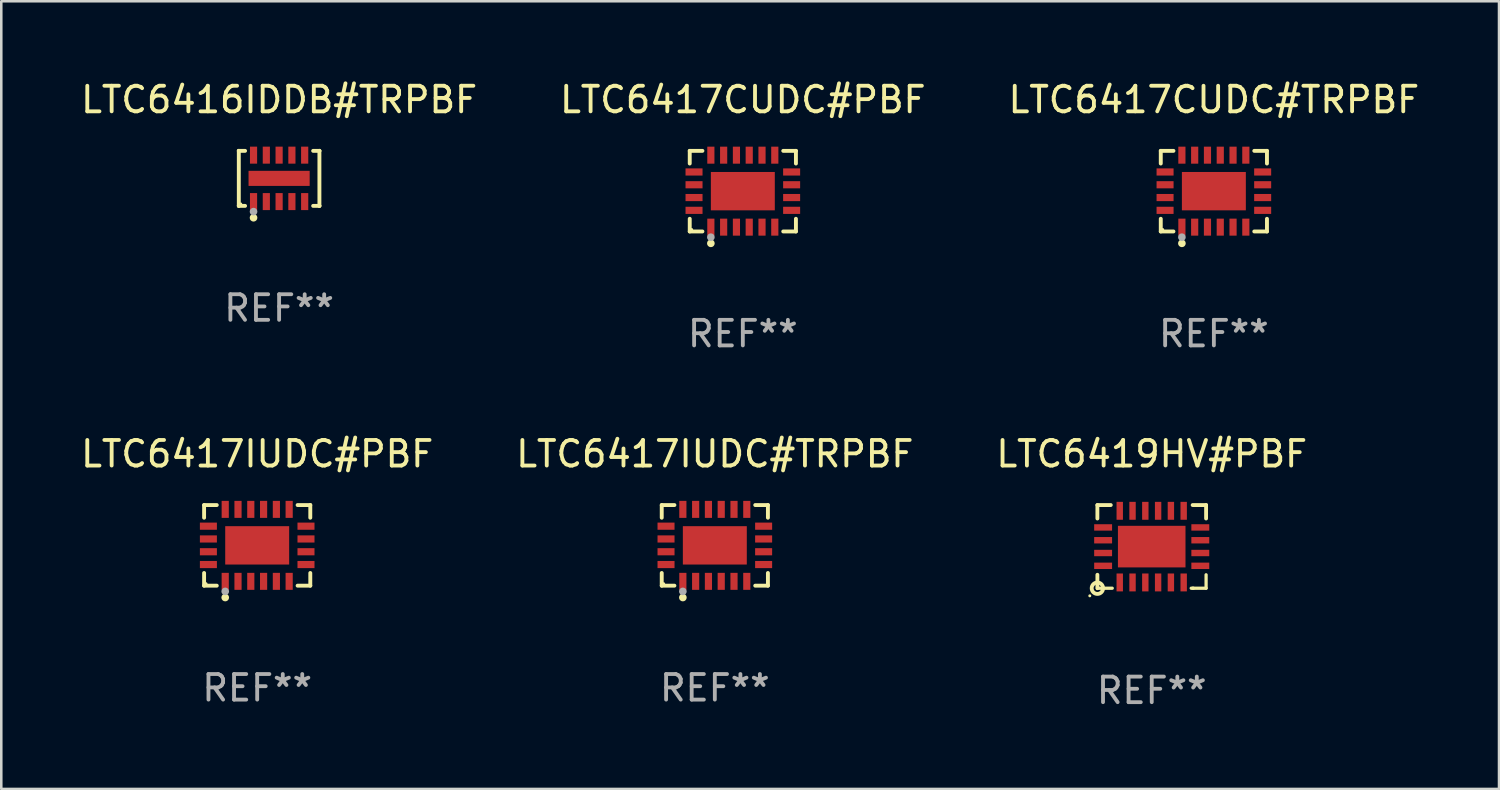
<source format=kicad_pcb>
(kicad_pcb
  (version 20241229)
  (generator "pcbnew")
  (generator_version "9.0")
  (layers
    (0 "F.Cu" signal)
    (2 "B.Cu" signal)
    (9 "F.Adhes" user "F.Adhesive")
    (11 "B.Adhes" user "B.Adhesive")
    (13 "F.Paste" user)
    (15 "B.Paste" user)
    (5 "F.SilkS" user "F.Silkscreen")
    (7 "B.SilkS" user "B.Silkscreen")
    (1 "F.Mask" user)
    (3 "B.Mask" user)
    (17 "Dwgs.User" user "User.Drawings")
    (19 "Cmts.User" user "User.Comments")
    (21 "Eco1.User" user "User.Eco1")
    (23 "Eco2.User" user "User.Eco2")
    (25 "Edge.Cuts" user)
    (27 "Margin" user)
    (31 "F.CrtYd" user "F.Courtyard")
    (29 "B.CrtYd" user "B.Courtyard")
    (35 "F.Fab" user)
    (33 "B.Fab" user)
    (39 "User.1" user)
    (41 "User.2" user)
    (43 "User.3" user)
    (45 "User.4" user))
  (footprint "LTC6417CUDC#PBF"
    (layer "F.Cu")
    (at 25.994 4.424)
    (property "Reference" "LTC6417CUDC#PBF" (at 0 -3.576 0) (layer "F.SilkS") (effects (font (size 1 1) (thickness 0.15))))
    (attr through_hole)
    (fp_line (start -2.076 -1.576) (end -1.58 -1.576) (stroke (width 0.152) (type solid)) (layer "F.SilkS"))
    (fp_line (start -2.076 -1.08) (end -2.076 -1.576) (stroke (width 0.152) (type solid)) (layer "F.SilkS"))
    (fp_line (start -2.076 1.08) (end -2.076 1.576) (stroke (width 0.152) (type solid)) (layer "F.SilkS"))
    (fp_line (start -2.076 1.576) (end -1.58 1.576) (stroke (width 0.152) (type solid)) (layer "F.SilkS"))
    (fp_line (start 2.076 -1.576) (end 1.58 -1.576) (stroke (width 0.152) (type solid)) (layer "F.SilkS"))
    (fp_line (start 2.076 -1.08) (end 2.076 -1.576) (stroke (width 0.152) (type solid)) (layer "F.SilkS"))
    (fp_line (start 2.076 1.08) (end 2.076 1.576) (stroke (width 0.152) (type solid)) (layer "F.SilkS"))
    (fp_line (start 2.076 1.576) (end 1.58 1.576) (stroke (width 0.152) (type solid)) (layer "F.SilkS"))
    (fp_circle (center -2 1.5) (end -1.97 1.5) (stroke (width 0.06) (type solid)) (fill no) (layer "F.SilkS"))
    (fp_circle (center -1.25 2.04) (end -1.175 2.04) (stroke (width 0.15) (type solid)) (fill no) (layer "F.SilkS"))
    (fp_circle (center -1.25 1.8) (end -1.175 1.8) (stroke (width 0.15) (type solid)) (fill no) (layer "F.Fab"))
    (fp_text user "REF**" (at 0 5.576 0) (layer "F.Fab") (effects (font (size 1 1) (thickness 0.15))))
    (pad "1" smd rect (at -1.25 1.407) (size 0.28 0.665) (layers "F.Cu" "F.Mask" "F.Paste"))
    (pad "2" smd rect (at -0.75 1.407) (size 0.28 0.665) (layers "F.Cu" "F.Mask" "F.Paste"))
    (pad "3" smd rect (at -0.25 1.407) (size 0.28 0.665) (layers "F.Cu" "F.Mask" "F.Paste"))
    (pad "4" smd rect (at 0.25 1.407) (size 0.28 0.665) (layers "F.Cu" "F.Mask" "F.Paste"))
    (pad "5" smd rect (at 0.75 1.407) (size 0.28 0.665) (layers "F.Cu" "F.Mask" "F.Paste"))
    (pad "6" smd rect (at 1.25 1.407) (size 0.28 0.665) (layers "F.Cu" "F.Mask" "F.Paste"))
    (pad "7" smd rect (at 1.908 0.75) (size 0.665 0.28) (layers "F.Cu" "F.Mask" "F.Paste"))
    (pad "8" smd rect (at 1.908 0.25) (size 0.665 0.28) (layers "F.Cu" "F.Mask" "F.Paste"))
    (pad "9" smd rect (at 1.908 -0.25) (size 0.665 0.28) (layers "F.Cu" "F.Mask" "F.Paste"))
    (pad "10" smd rect (at 1.908 -0.75) (size 0.665 0.28) (layers "F.Cu" "F.Mask" "F.Paste"))
    (pad "11" smd rect (at 1.25 -1.407) (size 0.28 0.665) (layers "F.Cu" "F.Mask" "F.Paste"))
    (pad "12" smd rect (at 0.75 -1.407) (size 0.28 0.665) (layers "F.Cu" "F.Mask" "F.Paste"))
    (pad "13" smd rect (at 0.25 -1.407) (size 0.28 0.665) (layers "F.Cu" "F.Mask" "F.Paste"))
    (pad "14" smd rect (at -0.25 -1.407) (size 0.28 0.665) (layers "F.Cu" "F.Mask" "F.Paste"))
    (pad "15" smd rect (at -0.75 -1.407) (size 0.28 0.665) (layers "F.Cu" "F.Mask" "F.Paste"))
    (pad "16" smd rect (at -1.25 -1.407) (size 0.28 0.665) (layers "F.Cu" "F.Mask" "F.Paste"))
    (pad "17" smd rect (at -1.908 -0.75) (size 0.665 0.28) (layers "F.Cu" "F.Mask" "F.Paste"))
    (pad "18" smd rect (at -1.908 -0.25) (size 0.665 0.28) (layers "F.Cu" "F.Mask" "F.Paste"))
    (pad "19" smd rect (at -1.908 0.25) (size 0.665 0.28) (layers "F.Cu" "F.Mask" "F.Paste"))
    (pad "20" smd rect (at -1.908 0.75) (size 0.665 0.28) (layers "F.Cu" "F.Mask" "F.Paste"))
    (pad "21" smd rect (at 0 0) (size 2.5 1.5) (layers "F.Cu" "F.Mask" "F.Paste")))
  (footprint "LTC6416IDDB#TRPBF"
    (layer "F.Cu")
    (at 7.863 3.924)
    (property "Reference" "LTC6416IDDB#TRPBF" (at 0 -3.076 0) (layer "F.SilkS") (effects (font (size 1 1) (thickness 0.15))))
    (attr through_hole)
    (fp_line (start -1.576 -1.076) (end -1.576 -1.076) (stroke (width 0.152) (type solid)) (layer "F.SilkS"))
    (fp_line (start -1.576 -1.076) (end -1.331 -1.076) (stroke (width 0.152) (type solid)) (layer "F.SilkS"))
    (fp_line (start -1.576 1.076) (end -1.576 -1.076) (stroke (width 0.152) (type solid)) (layer "F.SilkS"))
    (fp_line (start -1.576 1.076) (end -1.576 1.076) (stroke (width 0.152) (type solid)) (layer "F.SilkS"))
    (fp_line (start -1.331 1.076) (end -1.576 1.076) (stroke (width 0.152) (type solid)) (layer "F.SilkS"))
    (fp_line (start 1.331 1.076) (end 1.576 1.076) (stroke (width 0.152) (type solid)) (layer "F.SilkS"))
    (fp_line (start 1.576 -1.076) (end 1.331 -1.076) (stroke (width 0.152) (type solid)) (layer "F.SilkS"))
    (fp_line (start 1.576 -1.076) (end 1.576 -1.076) (stroke (width 0.152) (type solid)) (layer "F.SilkS"))
    (fp_line (start 1.576 1.076) (end 1.576 -1.076) (stroke (width 0.152) (type solid)) (layer "F.SilkS"))
    (fp_line (start 1.576 1.076) (end 1.576 1.076) (stroke (width 0.152) (type solid)) (layer "F.SilkS"))
    (fp_circle (center -1.5 1) (end -1.47 1) (stroke (width 0.06) (type solid)) (fill no) (layer "F.SilkS"))
    (fp_circle (center -1 1.54) (end -0.925 1.54) (stroke (width 0.15) (type solid)) (fill no) (layer "F.SilkS"))
    (fp_circle (center -1 1.3) (end -0.925 1.3) (stroke (width 0.15) (type solid)) (fill no) (layer "F.Fab"))
    (fp_text user "REF**" (at 0 5.076 0) (layer "F.Fab") (effects (font (size 1 1) (thickness 0.15))))
    (pad "1" smd rect (at -1 0.908) (size 0.28 0.665) (layers "F.Cu" "F.Mask" "F.Paste"))
    (pad "2" smd rect (at -0.5 0.908) (size 0.28 0.665) (layers "F.Cu" "F.Mask" "F.Paste"))
    (pad "3" smd rect (at 0 0.908) (size 0.28 0.665) (layers "F.Cu" "F.Mask" "F.Paste"))
    (pad "4" smd rect (at 0.5 0.908) (size 0.28 0.665) (layers "F.Cu" "F.Mask" "F.Paste"))
    (pad "5" smd rect (at 1 0.908) (size 0.28 0.665) (layers "F.Cu" "F.Mask" "F.Paste"))
    (pad "6" smd rect (at 1 -0.908) (size 0.28 0.665) (layers "F.Cu" "F.Mask" "F.Paste"))
    (pad "7" smd rect (at 0.5 -0.908) (size 0.28 0.665) (layers "F.Cu" "F.Mask" "F.Paste"))
    (pad "8" smd rect (at 0 -0.908) (size 0.28 0.665) (layers "F.Cu" "F.Mask" "F.Paste"))
    (pad "9" smd rect (at -0.5 -0.908) (size 0.28 0.665) (layers "F.Cu" "F.Mask" "F.Paste"))
    (pad "10" smd rect (at -1 -0.908) (size 0.28 0.665) (layers "F.Cu" "F.Mask" "F.Paste"))
    (pad "11" smd rect (at 0 0) (size 2.39 0.59) (layers "F.Cu" "F.Mask" "F.Paste")))
  (footprint "LTC6417CUDC#TRPBF"
    (layer "F.Cu")
    (at 44.411 4.424)
    (property "Reference" "LTC6417CUDC#TRPBF" (at 0 -3.576 0) (layer "F.SilkS") (effects (font (size 1 1) (thickness 0.15))))
    (attr through_hole)
    (fp_line (start -2.076 -1.576) (end -1.58 -1.576) (stroke (width 0.152) (type solid)) (layer "F.SilkS"))
    (fp_line (start -2.076 -1.08) (end -2.076 -1.576) (stroke (width 0.152) (type solid)) (layer "F.SilkS"))
    (fp_line (start -2.076 1.08) (end -2.076 1.576) (stroke (width 0.152) (type solid)) (layer "F.SilkS"))
    (fp_line (start -2.076 1.576) (end -1.58 1.576) (stroke (width 0.152) (type solid)) (layer "F.SilkS"))
    (fp_line (start 2.076 -1.576) (end 1.58 -1.576) (stroke (width 0.152) (type solid)) (layer "F.SilkS"))
    (fp_line (start 2.076 -1.08) (end 2.076 -1.576) (stroke (width 0.152) (type solid)) (layer "F.SilkS"))
    (fp_line (start 2.076 1.08) (end 2.076 1.576) (stroke (width 0.152) (type solid)) (layer "F.SilkS"))
    (fp_line (start 2.076 1.576) (end 1.58 1.576) (stroke (width 0.152) (type solid)) (layer "F.SilkS"))
    (fp_circle (center -2 1.5) (end -1.97 1.5) (stroke (width 0.06) (type solid)) (fill no) (layer "F.SilkS"))
    (fp_circle (center -1.25 2.04) (end -1.175 2.04) (stroke (width 0.15) (type solid)) (fill no) (layer "F.SilkS"))
    (fp_circle (center -1.25 1.8) (end -1.175 1.8) (stroke (width 0.15) (type solid)) (fill no) (layer "F.Fab"))
    (fp_text user "REF**" (at 0 5.576 0) (layer "F.Fab") (effects (font (size 1 1) (thickness 0.15))))
    (pad "1" smd rect (at -1.25 1.407) (size 0.28 0.665) (layers "F.Cu" "F.Mask" "F.Paste"))
    (pad "2" smd rect (at -0.75 1.407) (size 0.28 0.665) (layers "F.Cu" "F.Mask" "F.Paste"))
    (pad "3" smd rect (at -0.25 1.407) (size 0.28 0.665) (layers "F.Cu" "F.Mask" "F.Paste"))
    (pad "4" smd rect (at 0.25 1.407) (size 0.28 0.665) (layers "F.Cu" "F.Mask" "F.Paste"))
    (pad "5" smd rect (at 0.75 1.407) (size 0.28 0.665) (layers "F.Cu" "F.Mask" "F.Paste"))
    (pad "6" smd rect (at 1.25 1.407) (size 0.28 0.665) (layers "F.Cu" "F.Mask" "F.Paste"))
    (pad "7" smd rect (at 1.908 0.75) (size 0.665 0.28) (layers "F.Cu" "F.Mask" "F.Paste"))
    (pad "8" smd rect (at 1.908 0.25) (size 0.665 0.28) (layers "F.Cu" "F.Mask" "F.Paste"))
    (pad "9" smd rect (at 1.908 -0.25) (size 0.665 0.28) (layers "F.Cu" "F.Mask" "F.Paste"))
    (pad "10" smd rect (at 1.908 -0.75) (size 0.665 0.28) (layers "F.Cu" "F.Mask" "F.Paste"))
    (pad "11" smd rect (at 1.25 -1.407) (size 0.28 0.665) (layers "F.Cu" "F.Mask" "F.Paste"))
    (pad "12" smd rect (at 0.75 -1.407) (size 0.28 0.665) (layers "F.Cu" "F.Mask" "F.Paste"))
    (pad "13" smd rect (at 0.25 -1.407) (size 0.28 0.665) (layers "F.Cu" "F.Mask" "F.Paste"))
    (pad "14" smd rect (at -0.25 -1.407) (size 0.28 0.665) (layers "F.Cu" "F.Mask" "F.Paste"))
    (pad "15" smd rect (at -0.75 -1.407) (size 0.28 0.665) (layers "F.Cu" "F.Mask" "F.Paste"))
    (pad "16" smd rect (at -1.25 -1.407) (size 0.28 0.665) (layers "F.Cu" "F.Mask" "F.Paste"))
    (pad "17" smd rect (at -1.908 -0.75) (size 0.665 0.28) (layers "F.Cu" "F.Mask" "F.Paste"))
    (pad "18" smd rect (at -1.908 -0.25) (size 0.665 0.28) (layers "F.Cu" "F.Mask" "F.Paste"))
    (pad "19" smd rect (at -1.908 0.25) (size 0.665 0.28) (layers "F.Cu" "F.Mask" "F.Paste"))
    (pad "20" smd rect (at -1.908 0.75) (size 0.665 0.28) (layers "F.Cu" "F.Mask" "F.Paste"))
    (pad "21" smd rect (at 0 0) (size 2.5 1.5) (layers "F.Cu" "F.Mask" "F.Paste")))
  (footprint "LTC6417IUDC#PBF"
    (layer "F.Cu")
    (at 7.006 18.273)
    (property "Reference" "LTC6417IUDC#PBF" (at 0 -3.576 0) (layer "F.SilkS") (effects (font (size 1 1) (thickness 0.15))))
    (attr through_hole)
    (fp_line (start -2.076 -1.576) (end -1.58 -1.576) (stroke (width 0.152) (type solid)) (layer "F.SilkS"))
    (fp_line (start -2.076 -1.08) (end -2.076 -1.576) (stroke (width 0.152) (type solid)) (layer "F.SilkS"))
    (fp_line (start -2.076 1.08) (end -2.076 1.576) (stroke (width 0.152) (type solid)) (layer "F.SilkS"))
    (fp_line (start -2.076 1.576) (end -1.58 1.576) (stroke (width 0.152) (type solid)) (layer "F.SilkS"))
    (fp_line (start 2.076 -1.576) (end 1.58 -1.576) (stroke (width 0.152) (type solid)) (layer "F.SilkS"))
    (fp_line (start 2.076 -1.08) (end 2.076 -1.576) (stroke (width 0.152) (type solid)) (layer "F.SilkS"))
    (fp_line (start 2.076 1.08) (end 2.076 1.576) (stroke (width 0.152) (type solid)) (layer "F.SilkS"))
    (fp_line (start 2.076 1.576) (end 1.58 1.576) (stroke (width 0.152) (type solid)) (layer "F.SilkS"))
    (fp_circle (center -2 1.5) (end -1.97 1.5) (stroke (width 0.06) (type solid)) (fill no) (layer "F.SilkS"))
    (fp_circle (center -1.25 2.04) (end -1.175 2.04) (stroke (width 0.15) (type solid)) (fill no) (layer "F.SilkS"))
    (fp_circle (center -1.25 1.8) (end -1.175 1.8) (stroke (width 0.15) (type solid)) (fill no) (layer "F.Fab"))
    (fp_text user "REF**" (at 0 5.576 0) (layer "F.Fab") (effects (font (size 1 1) (thickness 0.15))))
    (pad "1" smd rect (at -1.25 1.407) (size 0.28 0.665) (layers "F.Cu" "F.Mask" "F.Paste"))
    (pad "2" smd rect (at -0.75 1.407) (size 0.28 0.665) (layers "F.Cu" "F.Mask" "F.Paste"))
    (pad "3" smd rect (at -0.25 1.407) (size 0.28 0.665) (layers "F.Cu" "F.Mask" "F.Paste"))
    (pad "4" smd rect (at 0.25 1.407) (size 0.28 0.665) (layers "F.Cu" "F.Mask" "F.Paste"))
    (pad "5" smd rect (at 0.75 1.407) (size 0.28 0.665) (layers "F.Cu" "F.Mask" "F.Paste"))
    (pad "6" smd rect (at 1.25 1.407) (size 0.28 0.665) (layers "F.Cu" "F.Mask" "F.Paste"))
    (pad "7" smd rect (at 1.908 0.75) (size 0.665 0.28) (layers "F.Cu" "F.Mask" "F.Paste"))
    (pad "8" smd rect (at 1.908 0.25) (size 0.665 0.28) (layers "F.Cu" "F.Mask" "F.Paste"))
    (pad "9" smd rect (at 1.908 -0.25) (size 0.665 0.28) (layers "F.Cu" "F.Mask" "F.Paste"))
    (pad "10" smd rect (at 1.908 -0.75) (size 0.665 0.28) (layers "F.Cu" "F.Mask" "F.Paste"))
    (pad "11" smd rect (at 1.25 -1.407) (size 0.28 0.665) (layers "F.Cu" "F.Mask" "F.Paste"))
    (pad "12" smd rect (at 0.75 -1.407) (size 0.28 0.665) (layers "F.Cu" "F.Mask" "F.Paste"))
    (pad "13" smd rect (at 0.25 -1.407) (size 0.28 0.665) (layers "F.Cu" "F.Mask" "F.Paste"))
    (pad "14" smd rect (at -0.25 -1.407) (size 0.28 0.665) (layers "F.Cu" "F.Mask" "F.Paste"))
    (pad "15" smd rect (at -0.75 -1.407) (size 0.28 0.665) (layers "F.Cu" "F.Mask" "F.Paste"))
    (pad "16" smd rect (at -1.25 -1.407) (size 0.28 0.665) (layers "F.Cu" "F.Mask" "F.Paste"))
    (pad "17" smd rect (at -1.908 -0.75) (size 0.665 0.28) (layers "F.Cu" "F.Mask" "F.Paste"))
    (pad "18" smd rect (at -1.908 -0.25) (size 0.665 0.28) (layers "F.Cu" "F.Mask" "F.Paste"))
    (pad "19" smd rect (at -1.908 0.25) (size 0.665 0.28) (layers "F.Cu" "F.Mask" "F.Paste"))
    (pad "20" smd rect (at -1.908 0.75) (size 0.665 0.28) (layers "F.Cu" "F.Mask" "F.Paste"))
    (pad "21" smd rect (at 0 0) (size 2.5 1.5) (layers "F.Cu" "F.Mask" "F.Paste")))
  (footprint "LTC6417IUDC#TRPBF"
    (layer "F.Cu")
    (at 24.899 18.273)
    (property "Reference" "LTC6417IUDC#TRPBF" (at 0 -3.576 0) (layer "F.SilkS") (effects (font (size 1 1) (thickness 0.15))))
    (attr through_hole)
    (fp_line (start -2.076 -1.576) (end -1.58 -1.576) (stroke (width 0.152) (type solid)) (layer "F.SilkS"))
    (fp_line (start -2.076 -1.08) (end -2.076 -1.576) (stroke (width 0.152) (type solid)) (layer "F.SilkS"))
    (fp_line (start -2.076 1.08) (end -2.076 1.576) (stroke (width 0.152) (type solid)) (layer "F.SilkS"))
    (fp_line (start -2.076 1.576) (end -1.58 1.576) (stroke (width 0.152) (type solid)) (layer "F.SilkS"))
    (fp_line (start 2.076 -1.576) (end 1.58 -1.576) (stroke (width 0.152) (type solid)) (layer "F.SilkS"))
    (fp_line (start 2.076 -1.08) (end 2.076 -1.576) (stroke (width 0.152) (type solid)) (layer "F.SilkS"))
    (fp_line (start 2.076 1.08) (end 2.076 1.576) (stroke (width 0.152) (type solid)) (layer "F.SilkS"))
    (fp_line (start 2.076 1.576) (end 1.58 1.576) (stroke (width 0.152) (type solid)) (layer "F.SilkS"))
    (fp_circle (center -2 1.5) (end -1.97 1.5) (stroke (width 0.06) (type solid)) (fill no) (layer "F.SilkS"))
    (fp_circle (center -1.25 2.04) (end -1.175 2.04) (stroke (width 0.15) (type solid)) (fill no) (layer "F.SilkS"))
    (fp_circle (center -1.25 1.8) (end -1.175 1.8) (stroke (width 0.15) (type solid)) (fill no) (layer "F.Fab"))
    (fp_text user "REF**" (at 0 5.576 0) (layer "F.Fab") (effects (font (size 1 1) (thickness 0.15))))
    (pad "1" smd rect (at -1.25 1.407) (size 0.28 0.665) (layers "F.Cu" "F.Mask" "F.Paste"))
    (pad "2" smd rect (at -0.75 1.407) (size 0.28 0.665) (layers "F.Cu" "F.Mask" "F.Paste"))
    (pad "3" smd rect (at -0.25 1.407) (size 0.28 0.665) (layers "F.Cu" "F.Mask" "F.Paste"))
    (pad "4" smd rect (at 0.25 1.407) (size 0.28 0.665) (layers "F.Cu" "F.Mask" "F.Paste"))
    (pad "5" smd rect (at 0.75 1.407) (size 0.28 0.665) (layers "F.Cu" "F.Mask" "F.Paste"))
    (pad "6" smd rect (at 1.25 1.407) (size 0.28 0.665) (layers "F.Cu" "F.Mask" "F.Paste"))
    (pad "7" smd rect (at 1.908 0.75) (size 0.665 0.28) (layers "F.Cu" "F.Mask" "F.Paste"))
    (pad "8" smd rect (at 1.908 0.25) (size 0.665 0.28) (layers "F.Cu" "F.Mask" "F.Paste"))
    (pad "9" smd rect (at 1.908 -0.25) (size 0.665 0.28) (layers "F.Cu" "F.Mask" "F.Paste"))
    (pad "10" smd rect (at 1.908 -0.75) (size 0.665 0.28) (layers "F.Cu" "F.Mask" "F.Paste"))
    (pad "11" smd rect (at 1.25 -1.407) (size 0.28 0.665) (layers "F.Cu" "F.Mask" "F.Paste"))
    (pad "12" smd rect (at 0.75 -1.407) (size 0.28 0.665) (layers "F.Cu" "F.Mask" "F.Paste"))
    (pad "13" smd rect (at 0.25 -1.407) (size 0.28 0.665) (layers "F.Cu" "F.Mask" "F.Paste"))
    (pad "14" smd rect (at -0.25 -1.407) (size 0.28 0.665) (layers "F.Cu" "F.Mask" "F.Paste"))
    (pad "15" smd rect (at -0.75 -1.407) (size 0.28 0.665) (layers "F.Cu" "F.Mask" "F.Paste"))
    (pad "16" smd rect (at -1.25 -1.407) (size 0.28 0.665) (layers "F.Cu" "F.Mask" "F.Paste"))
    (pad "17" smd rect (at -1.908 -0.75) (size 0.665 0.28) (layers "F.Cu" "F.Mask" "F.Paste"))
    (pad "18" smd rect (at -1.908 -0.25) (size 0.665 0.28) (layers "F.Cu" "F.Mask" "F.Paste"))
    (pad "19" smd rect (at -1.908 0.25) (size 0.665 0.28) (layers "F.Cu" "F.Mask" "F.Paste"))
    (pad "20" smd rect (at -1.908 0.75) (size 0.665 0.28) (layers "F.Cu" "F.Mask" "F.Paste"))
    (pad "21" smd rect (at 0 0) (size 2.5 1.5) (layers "F.Cu" "F.Mask" "F.Paste")))
  (footprint "LTC6419HV#PBF"
    (layer "F.Cu")
    (at 41.982 18.323)
    (property "Reference" "LTC6419HV#PBF" (at 0 -3.626 0) (layer "F.SilkS") (effects (font (size 1 1) (thickness 0.15))))
    (attr through_hole)
    (fp_line (start -2.125 -1.626) (end -1.601 -1.626) (stroke (width 0.15) (type solid)) (layer "F.SilkS"))
    (fp_line (start -2.125 -1.1) (end -2.125 -1.626) (stroke (width 0.15) (type solid)) (layer "F.SilkS"))
    (fp_line (start -2.125 1.626) (end -2.125 1.1) (stroke (width 0.15) (type solid)) (layer "F.SilkS"))
    (fp_line (start -2.125 1.626) (end -1.544 1.626) (stroke (width 0.127) (type solid)) (layer "F.SilkS"))
    (fp_line (start 1.542 1.626) (end 1.629 1.626) (stroke (width 0.127) (type solid)) (layer "F.SilkS"))
    (fp_line (start 1.599 1.626) (end 2.125 1.626) (stroke (width 0.127) (type solid)) (layer "F.SilkS"))
    (fp_line (start 2.125 -1.626) (end 1.599 -1.626) (stroke (width 0.15) (type solid)) (layer "F.SilkS"))
    (fp_line (start 2.125 -1.1) (end 2.125 -1.626) (stroke (width 0.15) (type solid)) (layer "F.SilkS"))
    (fp_line (start 2.125 1.626) (end 2.125 1.1) (stroke (width 0.127) (type solid)) (layer "F.SilkS"))
    (fp_circle (center -2.422 1.923) (end -2.392 1.923) (stroke (width 0.06) (type solid)) (fill no) (layer "F.SilkS"))
    (fp_circle (center -2.125 1.626) (end -1.902 1.626) (stroke (width 0.15) (type solid)) (fill no) (layer "F.SilkS"))
    (fp_text user "REF**" (at 0 5.626 0) (layer "F.Fab") (effects (font (size 1 1) (thickness 0.15))))
    (pad "1" smd rect (at -1.251 1.4 90) (size 0.7 0.25) (layers "F.Cu" "F.Mask" "F.Paste"))
    (pad "2" smd rect (at -0.751 1.4 90) (size 0.7 0.25) (layers "F.Cu" "F.Mask" "F.Paste"))
    (pad "3" smd rect (at -0.251 1.4 90) (size 0.7 0.25) (layers "F.Cu" "F.Mask" "F.Paste"))
    (pad "4" smd rect (at 0.249 1.4 90) (size 0.7 0.25) (layers "F.Cu" "F.Mask" "F.Paste"))
    (pad "5" smd rect (at 0.749 1.4 90) (size 0.7 0.25) (layers "F.Cu" "F.Mask" "F.Paste"))
    (pad "6" smd rect (at 1.249 1.4 90) (size 0.7 0.25) (layers "F.Cu" "F.Mask" "F.Paste"))
    (pad "7" smd rect (at 1.899 0.75 180) (size 0.7 0.25) (layers "F.Cu" "F.Mask" "F.Paste"))
    (pad "8" smd rect (at 1.899 0.249 180) (size 0.7 0.25) (layers "F.Cu" "F.Mask" "F.Paste"))
    (pad "9" smd rect (at 1.899 -0.25 180) (size 0.7 0.25) (layers "F.Cu" "F.Mask" "F.Paste"))
    (pad "10" smd rect (at 1.899 -0.751 180) (size 0.7 0.25) (layers "F.Cu" "F.Mask" "F.Paste"))
    (pad "11" smd rect (at 1.249 -1.401 90) (size 0.7 0.25) (layers "F.Cu" "F.Mask" "F.Paste"))
    (pad "12" smd rect (at 0.749 -1.401 90) (size 0.7 0.25) (layers "F.Cu" "F.Mask" "F.Paste"))
    (pad "13" smd rect (at 0.249 -1.401 90) (size 0.7 0.25) (layers "F.Cu" "F.Mask" "F.Paste"))
    (pad "14" smd rect (at -0.251 -1.401 90) (size 0.7 0.25) (layers "F.Cu" "F.Mask" "F.Paste"))
    (pad "15" smd rect (at -0.751 -1.401 90) (size 0.7 0.25) (layers "F.Cu" "F.Mask" "F.Paste"))
    (pad "16" smd rect (at -1.251 -1.401 90) (size 0.7 0.25) (layers "F.Cu" "F.Mask" "F.Paste"))
    (pad "17" smd rect (at -1.901 -0.751 180) (size 0.7 0.25) (layers "F.Cu" "F.Mask" "F.Paste"))
    (pad "18" smd rect (at -1.901 -0.25 180) (size 0.7 0.25) (layers "F.Cu" "F.Mask" "F.Paste"))
    (pad "19" smd rect (at -1.901 0.249 180) (size 0.7 0.25) (layers "F.Cu" "F.Mask" "F.Paste"))
    (pad "20" smd rect (at -1.901 0.75 180) (size 0.7 0.25) (layers "F.Cu" "F.Mask" "F.Paste"))
    (pad "21" smd rect (at -0.001 -0.001) (size 2.642 1.626) (layers "F.Cu" "F.Mask" "F.Paste")))
  (gr_rect
    (start -3 -3)
    (end 55.56 27.797)
    (stroke (width 0.1) (type default))
    (fill no)
    (layer "Edge.Cuts")))
</source>
